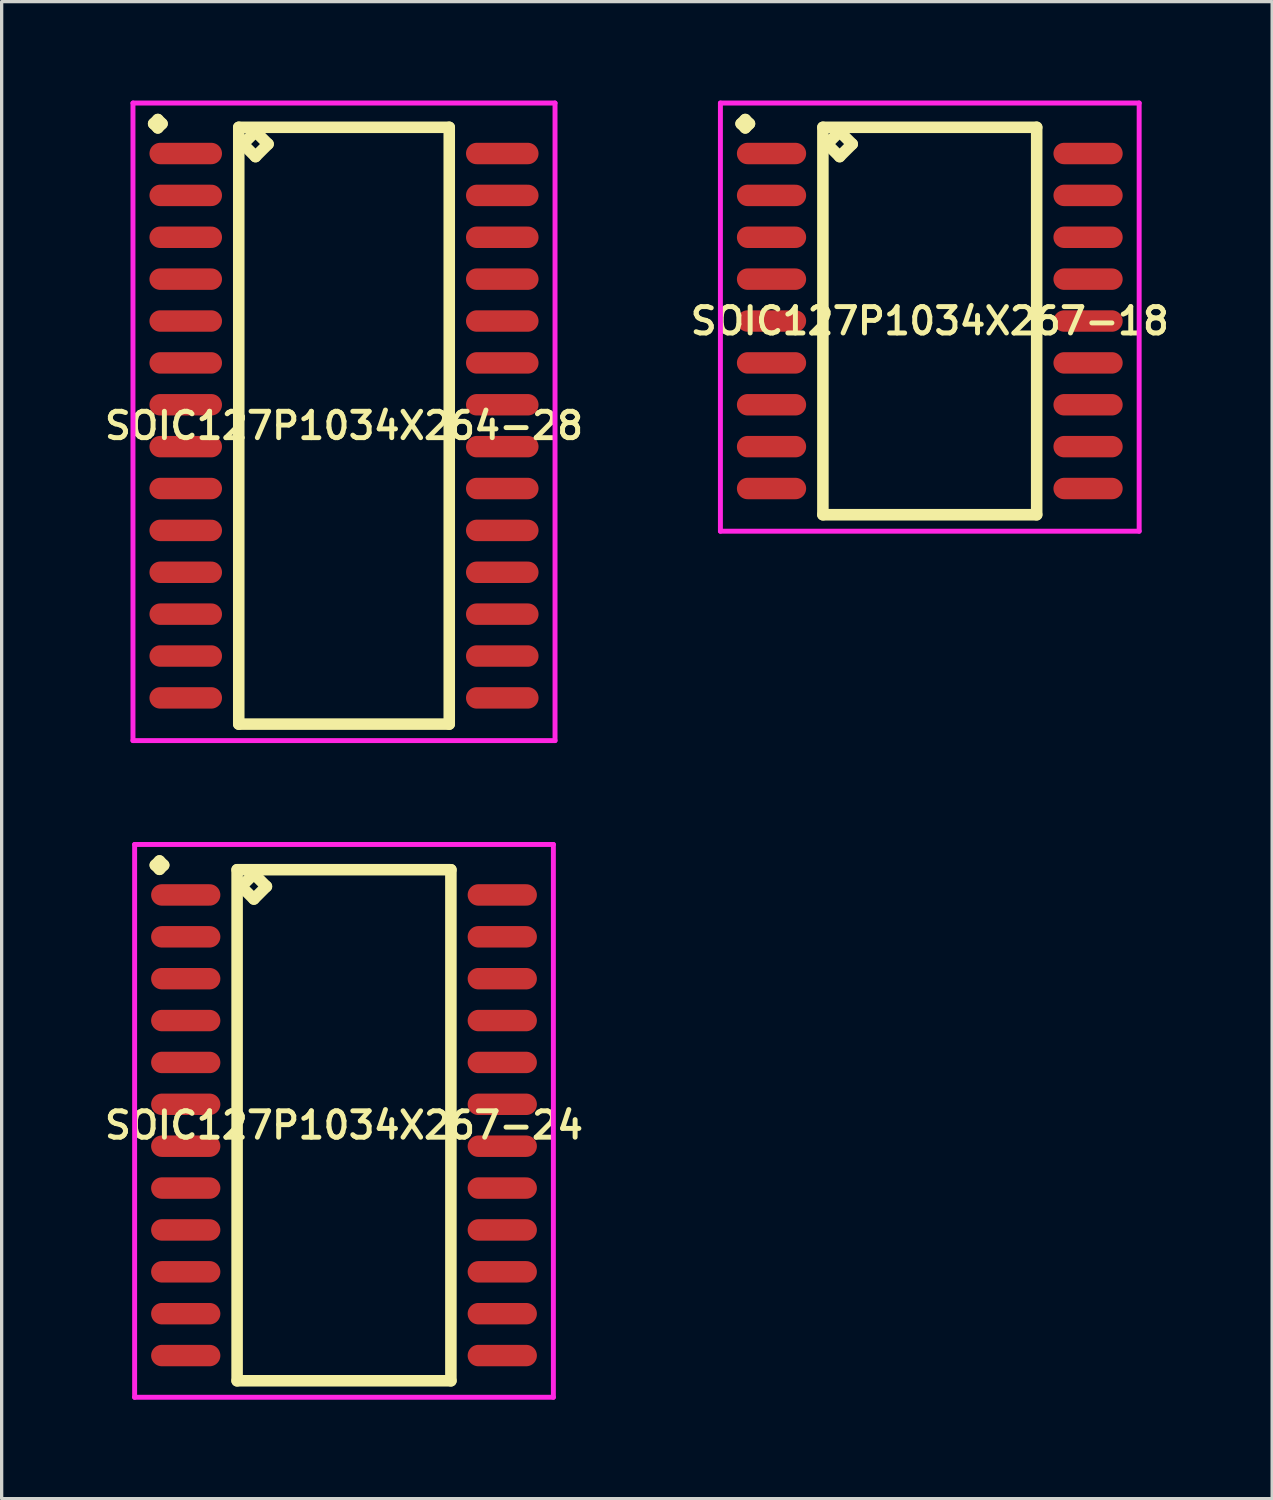
<source format=kicad_pcb>
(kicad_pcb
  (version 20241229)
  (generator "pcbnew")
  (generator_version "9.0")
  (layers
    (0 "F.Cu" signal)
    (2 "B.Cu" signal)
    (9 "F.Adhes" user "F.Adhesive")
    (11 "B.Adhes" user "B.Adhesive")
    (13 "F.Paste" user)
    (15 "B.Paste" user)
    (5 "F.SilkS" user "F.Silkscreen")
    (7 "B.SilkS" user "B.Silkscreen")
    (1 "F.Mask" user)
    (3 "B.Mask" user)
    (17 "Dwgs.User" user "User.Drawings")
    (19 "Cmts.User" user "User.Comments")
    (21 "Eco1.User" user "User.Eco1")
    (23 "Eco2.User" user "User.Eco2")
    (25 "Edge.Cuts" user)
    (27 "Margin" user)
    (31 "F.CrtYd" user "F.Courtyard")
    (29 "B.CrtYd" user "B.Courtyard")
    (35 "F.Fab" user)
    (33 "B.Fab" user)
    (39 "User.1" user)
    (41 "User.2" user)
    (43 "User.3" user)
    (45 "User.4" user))
  (footprint "SOIC127P1034X264-28"
    (layer "F.Cu")
    (at 7.383 9.861)
    (property "Reference" "SOIC127P1034X264-28" (at 0 0 0) (layer "F.SilkS") (effects (font (size 0.8 0.8) (thickness 0.15))))
    (attr smd)
    (fp_line (start -5.773 -9.159) (end -5.646 -9.286) (stroke (width 0.35) (type solid)) (layer "F.SilkS"))
    (fp_line (start -5.646 -9.286) (end -5.519 -9.159) (stroke (width 0.35) (type solid)) (layer "F.SilkS"))
    (fp_line (start -5.646 -9.032) (end -5.773 -9.159) (stroke (width 0.35) (type solid)) (layer "F.SilkS"))
    (fp_line (start -5.519 -9.159) (end -5.646 -9.032) (stroke (width 0.35) (type solid)) (layer "F.SilkS"))
    (fp_line (start -3.192 -9.05) (end -3.192 9.05) (stroke (width 0.35) (type solid)) (layer "F.SilkS"))
    (fp_line (start -3.192 9.05) (end 3.192 9.05) (stroke (width 0.35) (type solid)) (layer "F.SilkS"))
    (fp_line (start -3.065 -8.542) (end -2.684 -8.923) (stroke (width 0.35) (type solid)) (layer "F.SilkS"))
    (fp_line (start -2.684 -8.923) (end -2.303 -8.542) (stroke (width 0.35) (type solid)) (layer "F.SilkS"))
    (fp_line (start -2.684 -8.161) (end -3.065 -8.542) (stroke (width 0.35) (type solid)) (layer "F.SilkS"))
    (fp_line (start -2.303 -8.542) (end -2.684 -8.161) (stroke (width 0.35) (type solid)) (layer "F.SilkS"))
    (fp_line (start 3.192 -9.05) (end -3.192 -9.05) (stroke (width 0.35) (type solid)) (layer "F.SilkS"))
    (fp_line (start 3.192 9.05) (end 3.192 -9.05) (stroke (width 0.35) (type solid)) (layer "F.SilkS"))
    (fp_line (start -6.4 -9.786) (end 6.4 -9.786) (stroke (width 0.15) (type solid)) (layer "F.CrtYd"))
    (fp_line (start -6.4 9.55) (end -6.4 -9.786) (stroke (width 0.15) (type solid)) (layer "F.CrtYd"))
    (fp_line (start 6.4 -9.786) (end 6.4 9.55) (stroke (width 0.15) (type solid)) (layer "F.CrtYd"))
    (fp_line (start 6.4 9.55) (end -6.4 9.55) (stroke (width 0.15) (type solid)) (layer "F.CrtYd"))
    (pad "1" smd oval (at -4.8 -8.255) (size 2.2 0.65) (layers "F.Cu" "F.Mask" "F.Paste"))
    (pad "2" smd oval (at -4.8 -6.985) (size 2.2 0.65) (layers "F.Cu" "F.Mask" "F.Paste"))
    (pad "3" smd oval (at -4.8 -5.715) (size 2.2 0.65) (layers "F.Cu" "F.Mask" "F.Paste"))
    (pad "4" smd oval (at -4.8 -4.445) (size 2.2 0.65) (layers "F.Cu" "F.Mask" "F.Paste"))
    (pad "5" smd oval (at -4.8 -3.175) (size 2.2 0.65) (layers "F.Cu" "F.Mask" "F.Paste"))
    (pad "6" smd oval (at -4.8 -1.905) (size 2.2 0.65) (layers "F.Cu" "F.Mask" "F.Paste"))
    (pad "7" smd oval (at -4.8 -0.635) (size 2.2 0.65) (layers "F.Cu" "F.Mask" "F.Paste"))
    (pad "8" smd oval (at -4.8 0.635) (size 2.2 0.65) (layers "F.Cu" "F.Mask" "F.Paste"))
    (pad "9" smd oval (at -4.8 1.905) (size 2.2 0.65) (layers "F.Cu" "F.Mask" "F.Paste"))
    (pad "10" smd oval (at -4.8 3.175) (size 2.2 0.65) (layers "F.Cu" "F.Mask" "F.Paste"))
    (pad "11" smd oval (at -4.8 4.445) (size 2.2 0.65) (layers "F.Cu" "F.Mask" "F.Paste"))
    (pad "12" smd oval (at -4.8 5.715) (size 2.2 0.65) (layers "F.Cu" "F.Mask" "F.Paste"))
    (pad "13" smd oval (at -4.8 6.985) (size 2.2 0.65) (layers "F.Cu" "F.Mask" "F.Paste"))
    (pad "14" smd oval (at -4.8 8.255) (size 2.2 0.65) (layers "F.Cu" "F.Mask" "F.Paste"))
    (pad "15" smd oval (at 4.8 8.255) (size 2.2 0.65) (layers "F.Cu" "F.Mask" "F.Paste"))
    (pad "16" smd oval (at 4.8 6.985) (size 2.2 0.65) (layers "F.Cu" "F.Mask" "F.Paste"))
    (pad "17" smd oval (at 4.8 5.715) (size 2.2 0.65) (layers "F.Cu" "F.Mask" "F.Paste"))
    (pad "18" smd oval (at 4.8 4.445) (size 2.2 0.65) (layers "F.Cu" "F.Mask" "F.Paste"))
    (pad "19" smd oval (at 4.8 3.175) (size 2.2 0.65) (layers "F.Cu" "F.Mask" "F.Paste"))
    (pad "20" smd oval (at 4.8 1.905) (size 2.2 0.65) (layers "F.Cu" "F.Mask" "F.Paste"))
    (pad "21" smd oval (at 4.8 0.635) (size 2.2 0.65) (layers "F.Cu" "F.Mask" "F.Paste"))
    (pad "22" smd oval (at 4.8 -0.635) (size 2.2 0.65) (layers "F.Cu" "F.Mask" "F.Paste"))
    (pad "23" smd oval (at 4.8 -1.905) (size 2.2 0.65) (layers "F.Cu" "F.Mask" "F.Paste"))
    (pad "24" smd oval (at 4.8 -3.175) (size 2.2 0.65) (layers "F.Cu" "F.Mask" "F.Paste"))
    (pad "25" smd oval (at 4.8 -4.445) (size 2.2 0.65) (layers "F.Cu" "F.Mask" "F.Paste"))
    (pad "26" smd oval (at 4.8 -5.715) (size 2.2 0.65) (layers "F.Cu" "F.Mask" "F.Paste"))
    (pad "27" smd oval (at 4.8 -6.985) (size 2.2 0.65) (layers "F.Cu" "F.Mask" "F.Paste"))
    (pad "28" smd oval (at 4.8 -8.255) (size 2.2 0.65) (layers "F.Cu" "F.Mask" "F.Paste")))
  (footprint "SOIC127P1034X267-18"
    (layer "F.Cu")
    (at 25.149 6.686)
    (property "Reference" "SOIC127P1034X267-18" (at 0 0 0) (layer "F.SilkS") (effects (font (size 0.8 0.8) (thickness 0.15))))
    (attr smd)
    (fp_line (start -5.723 -5.984) (end -5.596 -6.111) (stroke (width 0.35) (type solid)) (layer "F.SilkS"))
    (fp_line (start -5.596 -6.111) (end -5.469 -5.984) (stroke (width 0.35) (type solid)) (layer "F.SilkS"))
    (fp_line (start -5.596 -5.857) (end -5.723 -5.984) (stroke (width 0.35) (type solid)) (layer "F.SilkS"))
    (fp_line (start -5.469 -5.984) (end -5.596 -5.857) (stroke (width 0.35) (type solid)) (layer "F.SilkS"))
    (fp_line (start -3.242 -5.875) (end -3.242 5.875) (stroke (width 0.35) (type solid)) (layer "F.SilkS"))
    (fp_line (start -3.242 5.875) (end 3.242 5.875) (stroke (width 0.35) (type solid)) (layer "F.SilkS"))
    (fp_line (start -3.115 -5.367) (end -2.734 -5.748) (stroke (width 0.35) (type solid)) (layer "F.SilkS"))
    (fp_line (start -2.734 -5.748) (end -2.353 -5.367) (stroke (width 0.35) (type solid)) (layer "F.SilkS"))
    (fp_line (start -2.734 -4.986) (end -3.115 -5.367) (stroke (width 0.35) (type solid)) (layer "F.SilkS"))
    (fp_line (start -2.353 -5.367) (end -2.734 -4.986) (stroke (width 0.35) (type solid)) (layer "F.SilkS"))
    (fp_line (start 3.242 -5.875) (end -3.242 -5.875) (stroke (width 0.35) (type solid)) (layer "F.SilkS"))
    (fp_line (start 3.242 5.875) (end 3.242 -5.875) (stroke (width 0.35) (type solid)) (layer "F.SilkS"))
    (fp_line (start -6.35 -6.611) (end 6.35 -6.611) (stroke (width 0.15) (type solid)) (layer "F.CrtYd"))
    (fp_line (start -6.35 6.375) (end -6.35 -6.611) (stroke (width 0.15) (type solid)) (layer "F.CrtYd"))
    (fp_line (start 6.35 -6.611) (end 6.35 6.375) (stroke (width 0.15) (type solid)) (layer "F.CrtYd"))
    (fp_line (start 6.35 6.375) (end -6.35 6.375) (stroke (width 0.15) (type solid)) (layer "F.CrtYd"))
    (pad "1" smd oval (at -4.8 -5.08) (size 2.1 0.65) (layers "F.Cu" "F.Mask" "F.Paste"))
    (pad "2" smd oval (at -4.8 -3.81) (size 2.1 0.65) (layers "F.Cu" "F.Mask" "F.Paste"))
    (pad "3" smd oval (at -4.8 -2.54) (size 2.1 0.65) (layers "F.Cu" "F.Mask" "F.Paste"))
    (pad "4" smd oval (at -4.8 -1.27) (size 2.1 0.65) (layers "F.Cu" "F.Mask" "F.Paste"))
    (pad "5" smd oval (at -4.8 0) (size 2.1 0.65) (layers "F.Cu" "F.Mask" "F.Paste"))
    (pad "6" smd oval (at -4.8 1.27) (size 2.1 0.65) (layers "F.Cu" "F.Mask" "F.Paste"))
    (pad "7" smd oval (at -4.8 2.54) (size 2.1 0.65) (layers "F.Cu" "F.Mask" "F.Paste"))
    (pad "8" smd oval (at -4.8 3.81) (size 2.1 0.65) (layers "F.Cu" "F.Mask" "F.Paste"))
    (pad "9" smd oval (at -4.8 5.08) (size 2.1 0.65) (layers "F.Cu" "F.Mask" "F.Paste"))
    (pad "10" smd oval (at 4.8 5.08) (size 2.1 0.65) (layers "F.Cu" "F.Mask" "F.Paste"))
    (pad "11" smd oval (at 4.8 3.81) (size 2.1 0.65) (layers "F.Cu" "F.Mask" "F.Paste"))
    (pad "12" smd oval (at 4.8 2.54) (size 2.1 0.65) (layers "F.Cu" "F.Mask" "F.Paste"))
    (pad "13" smd oval (at 4.8 1.27) (size 2.1 0.65) (layers "F.Cu" "F.Mask" "F.Paste"))
    (pad "14" smd oval (at 4.8 0) (size 2.1 0.65) (layers "F.Cu" "F.Mask" "F.Paste"))
    (pad "15" smd oval (at 4.8 -1.27) (size 2.1 0.65) (layers "F.Cu" "F.Mask" "F.Paste"))
    (pad "16" smd oval (at 4.8 -2.54) (size 2.1 0.65) (layers "F.Cu" "F.Mask" "F.Paste"))
    (pad "17" smd oval (at 4.8 -3.81) (size 2.1 0.65) (layers "F.Cu" "F.Mask" "F.Paste"))
    (pad "18" smd oval (at 4.8 -5.08) (size 2.1 0.65) (layers "F.Cu" "F.Mask" "F.Paste")))
  (footprint "SOIC127P1034X267-24"
    (layer "F.Cu")
    (at 7.383 31.077)
    (property "Reference" "SOIC127P1034X267-24" (at 0 0 0) (layer "F.SilkS") (effects (font (size 0.8 0.8) (thickness 0.15))))
    (attr smd)
    (fp_line (start -5.723 -7.889) (end -5.596 -8.016) (stroke (width 0.35) (type solid)) (layer "F.SilkS"))
    (fp_line (start -5.596 -8.016) (end -5.469 -7.889) (stroke (width 0.35) (type solid)) (layer "F.SilkS"))
    (fp_line (start -5.596 -7.762) (end -5.723 -7.889) (stroke (width 0.35) (type solid)) (layer "F.SilkS"))
    (fp_line (start -5.469 -7.889) (end -5.596 -7.762) (stroke (width 0.35) (type solid)) (layer "F.SilkS"))
    (fp_line (start -3.242 -7.75) (end -3.242 7.75) (stroke (width 0.35) (type solid)) (layer "F.SilkS"))
    (fp_line (start -3.242 7.75) (end 3.242 7.75) (stroke (width 0.35) (type solid)) (layer "F.SilkS"))
    (fp_line (start -3.115 -7.242) (end -2.734 -7.623) (stroke (width 0.35) (type solid)) (layer "F.SilkS"))
    (fp_line (start -2.734 -7.623) (end -2.353 -7.242) (stroke (width 0.35) (type solid)) (layer "F.SilkS"))
    (fp_line (start -2.734 -6.861) (end -3.115 -7.242) (stroke (width 0.35) (type solid)) (layer "F.SilkS"))
    (fp_line (start -2.353 -7.242) (end -2.734 -6.861) (stroke (width 0.35) (type solid)) (layer "F.SilkS"))
    (fp_line (start 3.242 -7.75) (end -3.242 -7.75) (stroke (width 0.35) (type solid)) (layer "F.SilkS"))
    (fp_line (start 3.242 7.75) (end 3.242 -7.75) (stroke (width 0.35) (type solid)) (layer "F.SilkS"))
    (fp_line (start -6.35 -8.516) (end 6.35 -8.516) (stroke (width 0.15) (type solid)) (layer "F.CrtYd"))
    (fp_line (start -6.35 8.25) (end -6.35 -8.516) (stroke (width 0.15) (type solid)) (layer "F.CrtYd"))
    (fp_line (start 6.35 -8.516) (end 6.35 8.25) (stroke (width 0.15) (type solid)) (layer "F.CrtYd"))
    (fp_line (start 6.35 8.25) (end -6.35 8.25) (stroke (width 0.15) (type solid)) (layer "F.CrtYd"))
    (pad "1" smd oval (at -4.8 -6.985) (size 2.1 0.65) (layers "F.Cu" "F.Mask" "F.Paste"))
    (pad "2" smd oval (at -4.8 -5.715) (size 2.1 0.65) (layers "F.Cu" "F.Mask" "F.Paste"))
    (pad "3" smd oval (at -4.8 -4.445) (size 2.1 0.65) (layers "F.Cu" "F.Mask" "F.Paste"))
    (pad "4" smd oval (at -4.8 -3.175) (size 2.1 0.65) (layers "F.Cu" "F.Mask" "F.Paste"))
    (pad "5" smd oval (at -4.8 -1.905) (size 2.1 0.65) (layers "F.Cu" "F.Mask" "F.Paste"))
    (pad "6" smd oval (at -4.8 -0.635) (size 2.1 0.65) (layers "F.Cu" "F.Mask" "F.Paste"))
    (pad "7" smd oval (at -4.8 0.635) (size 2.1 0.65) (layers "F.Cu" "F.Mask" "F.Paste"))
    (pad "8" smd oval (at -4.8 1.905) (size 2.1 0.65) (layers "F.Cu" "F.Mask" "F.Paste"))
    (pad "9" smd oval (at -4.8 3.175) (size 2.1 0.65) (layers "F.Cu" "F.Mask" "F.Paste"))
    (pad "10" smd oval (at -4.8 4.445) (size 2.1 0.65) (layers "F.Cu" "F.Mask" "F.Paste"))
    (pad "11" smd oval (at -4.8 5.715) (size 2.1 0.65) (layers "F.Cu" "F.Mask" "F.Paste"))
    (pad "12" smd oval (at -4.8 6.985) (size 2.1 0.65) (layers "F.Cu" "F.Mask" "F.Paste"))
    (pad "13" smd oval (at 4.8 6.985) (size 2.1 0.65) (layers "F.Cu" "F.Mask" "F.Paste"))
    (pad "14" smd oval (at 4.8 5.715) (size 2.1 0.65) (layers "F.Cu" "F.Mask" "F.Paste"))
    (pad "15" smd oval (at 4.8 4.445) (size 2.1 0.65) (layers "F.Cu" "F.Mask" "F.Paste"))
    (pad "16" smd oval (at 4.8 3.175) (size 2.1 0.65) (layers "F.Cu" "F.Mask" "F.Paste"))
    (pad "17" smd oval (at 4.8 1.905) (size 2.1 0.65) (layers "F.Cu" "F.Mask" "F.Paste"))
    (pad "18" smd oval (at 4.8 0.635) (size 2.1 0.65) (layers "F.Cu" "F.Mask" "F.Paste"))
    (pad "19" smd oval (at 4.8 -0.635) (size 2.1 0.65) (layers "F.Cu" "F.Mask" "F.Paste"))
    (pad "20" smd oval (at 4.8 -1.905) (size 2.1 0.65) (layers "F.Cu" "F.Mask" "F.Paste"))
    (pad "21" smd oval (at 4.8 -3.175) (size 2.1 0.65) (layers "F.Cu" "F.Mask" "F.Paste"))
    (pad "22" smd oval (at 4.8 -4.445) (size 2.1 0.65) (layers "F.Cu" "F.Mask" "F.Paste"))
    (pad "23" smd oval (at 4.8 -5.715) (size 2.1 0.65) (layers "F.Cu" "F.Mask" "F.Paste"))
    (pad "24" smd oval (at 4.8 -6.985) (size 2.1 0.65) (layers "F.Cu" "F.Mask" "F.Paste")))
  (gr_rect
    (start -3 -3)
    (end 35.532 42.402)
    (stroke (width 0.1) (type default))
    (fill no)
    (layer "Edge.Cuts")))
</source>
